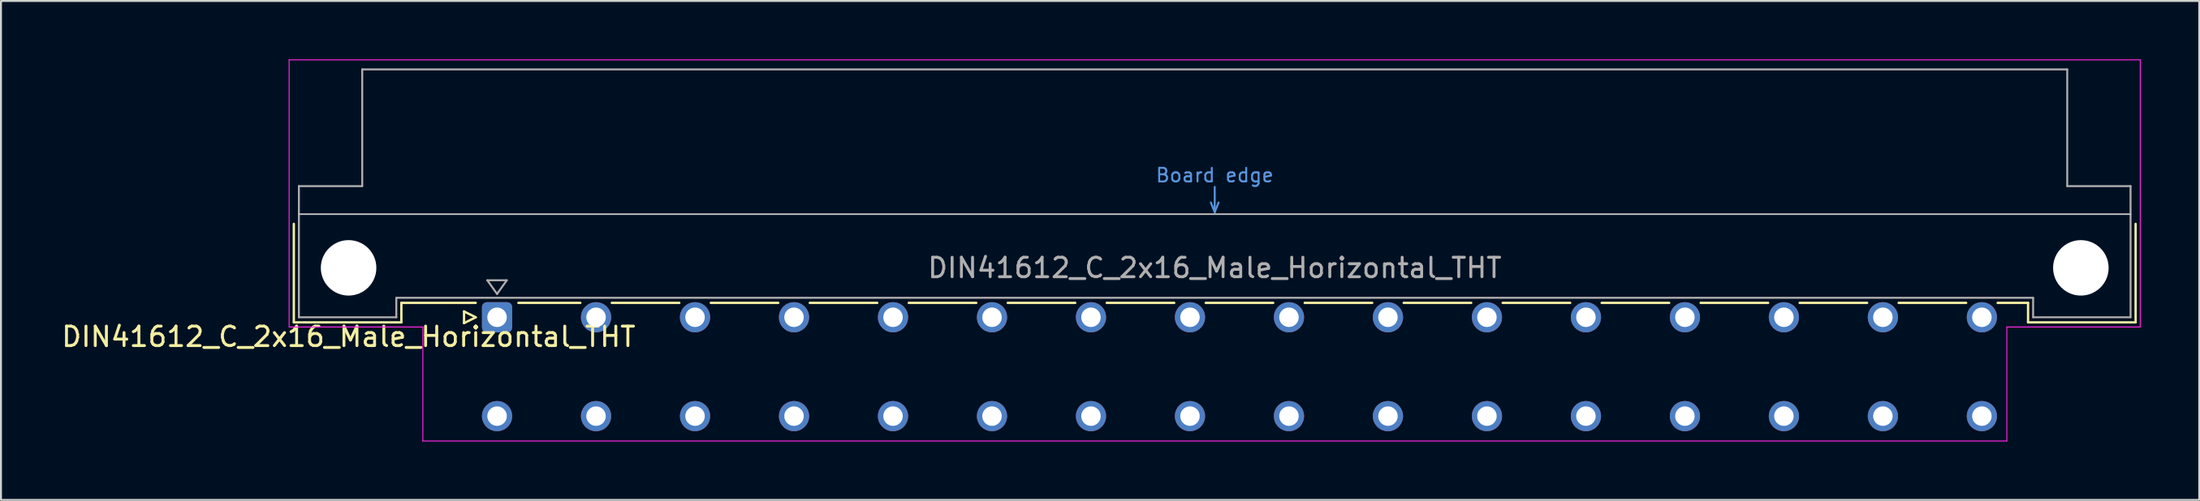
<source format=kicad_pcb>
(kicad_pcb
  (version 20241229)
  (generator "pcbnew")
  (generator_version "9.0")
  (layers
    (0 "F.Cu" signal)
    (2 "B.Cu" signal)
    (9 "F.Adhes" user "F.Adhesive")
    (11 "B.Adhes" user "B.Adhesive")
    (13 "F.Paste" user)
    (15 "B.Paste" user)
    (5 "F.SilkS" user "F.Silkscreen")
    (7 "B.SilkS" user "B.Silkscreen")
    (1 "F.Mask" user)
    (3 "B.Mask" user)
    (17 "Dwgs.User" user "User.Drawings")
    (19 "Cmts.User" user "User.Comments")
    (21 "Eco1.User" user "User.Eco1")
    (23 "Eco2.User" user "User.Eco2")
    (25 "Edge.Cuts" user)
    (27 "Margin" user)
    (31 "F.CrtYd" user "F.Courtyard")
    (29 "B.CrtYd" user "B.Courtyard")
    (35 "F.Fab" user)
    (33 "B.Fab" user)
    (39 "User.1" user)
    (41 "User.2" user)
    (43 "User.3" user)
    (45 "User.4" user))
  (footprint "DIN41612_C_2x16_Male_Horizontal_THT"
    (layer "F.Cu")
    (at 19.919 13.255)
    (property "Reference" "DIN41612_C_2x16_Male_Horizontal_THT" (at -5.08 1 0) (layer "F.SilkS") (effects (font (size 1 1) (thickness 0.15))))
    (attr through_hole)
    (fp_line (start -7.89 -4.8) (end -7.89 0.26) (stroke (width 0.12) (type solid)) (layer "F.SilkS"))
    (fp_line (start -7.89 0.26) (end -2.37 0.26) (stroke (width 0.12) (type solid)) (layer "F.SilkS"))
    (fp_line (start -2.37 -0.74) (end 1.445 -0.74) (stroke (width 0.12) (type solid)) (layer "F.SilkS"))
    (fp_line (start -2.37 0.26) (end -2.37 -0.74) (stroke (width 0.12) (type solid)) (layer "F.SilkS"))
    (fp_line (start 0.845 -0.3) (end 0.845 0.3) (stroke (width 0.12) (type solid)) (layer "F.SilkS"))
    (fp_line (start 0.845 0.3) (end 1.445 0) (stroke (width 0.12) (type solid)) (layer "F.SilkS"))
    (fp_line (start 1.445 0) (end 0.845 -0.3) (stroke (width 0.12) (type solid)) (layer "F.SilkS"))
    (fp_line (start 3.635 -0.74) (end 6.813 -0.74) (stroke (width 0.12) (type solid)) (layer "F.SilkS"))
    (fp_line (start 8.427 -0.74) (end 11.893 -0.74) (stroke (width 0.12) (type solid)) (layer "F.SilkS"))
    (fp_line (start 13.507 -0.74) (end 16.973 -0.74) (stroke (width 0.12) (type solid)) (layer "F.SilkS"))
    (fp_line (start 18.587 -0.74) (end 22.053 -0.74) (stroke (width 0.12) (type solid)) (layer "F.SilkS"))
    (fp_line (start 23.667 -0.74) (end 27.133 -0.74) (stroke (width 0.12) (type solid)) (layer "F.SilkS"))
    (fp_line (start 28.747 -0.74) (end 32.213 -0.74) (stroke (width 0.12) (type solid)) (layer "F.SilkS"))
    (fp_line (start 33.827 -0.74) (end 37.293 -0.74) (stroke (width 0.12) (type solid)) (layer "F.SilkS"))
    (fp_line (start 38.907 -0.74) (end 42.373 -0.74) (stroke (width 0.12) (type solid)) (layer "F.SilkS"))
    (fp_line (start 43.987 -0.74) (end 47.453 -0.74) (stroke (width 0.12) (type solid)) (layer "F.SilkS"))
    (fp_line (start 49.067 -0.74) (end 52.533 -0.74) (stroke (width 0.12) (type solid)) (layer "F.SilkS"))
    (fp_line (start 54.147 -0.74) (end 57.613 -0.74) (stroke (width 0.12) (type solid)) (layer "F.SilkS"))
    (fp_line (start 59.227 -0.74) (end 62.693 -0.74) (stroke (width 0.12) (type solid)) (layer "F.SilkS"))
    (fp_line (start 64.307 -0.74) (end 67.773 -0.74) (stroke (width 0.12) (type solid)) (layer "F.SilkS"))
    (fp_line (start 69.387 -0.74) (end 72.853 -0.74) (stroke (width 0.12) (type solid)) (layer "F.SilkS"))
    (fp_line (start 74.467 -0.74) (end 77.933 -0.74) (stroke (width 0.12) (type solid)) (layer "F.SilkS"))
    (fp_line (start 79.547 -0.74) (end 81.11 -0.74) (stroke (width 0.12) (type solid)) (layer "F.SilkS"))
    (fp_line (start 81.11 0.26) (end 81.11 -0.74) (stroke (width 0.12) (type solid)) (layer "F.SilkS"))
    (fp_line (start 86.63 -4.8) (end 86.63 0.26) (stroke (width 0.12) (type solid)) (layer "F.SilkS"))
    (fp_line (start 86.63 0.26) (end 81.11 0.26) (stroke (width 0.12) (type solid)) (layer "F.SilkS"))
    (fp_line (start -7.63 -5.3) (end 86.37 -5.3) (stroke (width 0.08) (type solid)) (layer "Dwgs.User"))
    (fp_line (start 39.17 -5.9) (end 39.37 -5.4) (stroke (width 0.1) (type solid)) (layer "Cmts.User"))
    (fp_line (start 39.37 -5.4) (end 39.37 -6.7) (stroke (width 0.1) (type solid)) (layer "Cmts.User"))
    (fp_line (start 39.37 -5.4) (end 39.57 -5.9) (stroke (width 0.1) (type solid)) (layer "Cmts.User"))
    (fp_line (start -8.13 -13.23) (end -8.13 0.5) (stroke (width 0.05) (type solid)) (layer "F.CrtYd"))
    (fp_line (start -8.13 0.5) (end -1.27 0.5) (stroke (width 0.05) (type solid)) (layer "F.CrtYd"))
    (fp_line (start -1.27 0.5) (end -1.27 6.36) (stroke (width 0.05) (type solid)) (layer "F.CrtYd"))
    (fp_line (start -1.27 6.36) (end 80.02 6.36) (stroke (width 0.05) (type solid)) (layer "F.CrtYd"))
    (fp_line (start 80.02 0.5) (end 86.87 0.5) (stroke (width 0.05) (type solid)) (layer "F.CrtYd"))
    (fp_line (start 80.02 6.36) (end 80.02 0.5) (stroke (width 0.05) (type solid)) (layer "F.CrtYd"))
    (fp_line (start 86.87 -13.23) (end -8.13 -13.23) (stroke (width 0.05) (type solid)) (layer "F.CrtYd"))
    (fp_line (start 86.87 0.5) (end 86.87 -13.23) (stroke (width 0.05) (type solid)) (layer "F.CrtYd"))
    (fp_line (start -7.63 -6.74) (end -7.63 0) (stroke (width 0.1) (type solid)) (layer "F.Fab"))
    (fp_line (start -7.63 0) (end -2.63 0) (stroke (width 0.1) (type solid)) (layer "F.Fab"))
    (fp_line (start -4.38 -12.74) (end -4.38 -6.74) (stroke (width 0.1) (type solid)) (layer "F.Fab"))
    (fp_line (start -4.38 -6.74) (end -7.63 -6.74) (stroke (width 0.1) (type solid)) (layer "F.Fab"))
    (fp_line (start -2.63 -1) (end 81.37 -1) (stroke (width 0.1) (type solid)) (layer "F.Fab"))
    (fp_line (start -2.63 0) (end -2.63 -1) (stroke (width 0.1) (type solid)) (layer "F.Fab"))
    (fp_line (start 2.04 -1.9) (end 3.04 -1.9) (stroke (width 0.1) (type solid)) (layer "F.Fab"))
    (fp_line (start 2.54 -1.2) (end 2.04 -1.9) (stroke (width 0.1) (type solid)) (layer "F.Fab"))
    (fp_line (start 3.04 -1.9) (end 2.54 -1.2) (stroke (width 0.1) (type solid)) (layer "F.Fab"))
    (fp_line (start 81.37 -1) (end 81.37 0) (stroke (width 0.1) (type solid)) (layer "F.Fab"))
    (fp_line (start 81.37 0) (end 86.37 0) (stroke (width 0.1) (type solid)) (layer "F.Fab"))
    (fp_line (start 83.12 -12.74) (end -4.38 -12.74) (stroke (width 0.1) (type solid)) (layer "F.Fab"))
    (fp_line (start 83.12 -6.74) (end 83.12 -12.74) (stroke (width 0.1) (type solid)) (layer "F.Fab"))
    (fp_line (start 86.37 -6.74) (end 83.12 -6.74) (stroke (width 0.1) (type solid)) (layer "F.Fab"))
    (fp_line (start 86.37 0) (end 86.37 -6.74) (stroke (width 0.1) (type solid)) (layer "F.Fab"))
    (fp_text user "Board edge" (at 39.37 -7.3 0) (layer "Cmts.User") (effects (font (size 0.7 0.7) (thickness 0.1))))
    (fp_text user "${REFERENCE}" (at 39.37 -2.54 0) (layer "F.Fab") (effects (font (size 1 1) (thickness 0.15))))
    (pad "" np_thru_hole circle (at -5.08 -2.54) (size 2.85 2.85) (drill 2.85) (layers "*.Cu" "*.Mask"))
    (pad "" np_thru_hole circle (at 83.82 -2.54) (size 2.85 2.85) (drill 2.85) (layers "*.Cu" "*.Mask"))
    (pad "a2" thru_hole roundrect (at 2.54 0) (size 1.55 1.55) (drill 1) (layers "*.Cu" "*.Mask") (roundrect_rratio 0.161))
    (pad "a4" thru_hole circle (at 7.62 0) (size 1.55 1.55) (drill 1) (layers "*.Cu" "*.Mask"))
    (pad "a6" thru_hole circle (at 12.7 0) (size 1.55 1.55) (drill 1) (layers "*.Cu" "*.Mask"))
    (pad "a8" thru_hole circle (at 17.78 0) (size 1.55 1.55) (drill 1) (layers "*.Cu" "*.Mask"))
    (pad "a10" thru_hole circle (at 22.86 0) (size 1.55 1.55) (drill 1) (layers "*.Cu" "*.Mask"))
    (pad "a12" thru_hole circle (at 27.94 0) (size 1.55 1.55) (drill 1) (layers "*.Cu" "*.Mask"))
    (pad "a14" thru_hole circle (at 33.02 0) (size 1.55 1.55) (drill 1) (layers "*.Cu" "*.Mask"))
    (pad "a16" thru_hole circle (at 38.1 0) (size 1.55 1.55) (drill 1) (layers "*.Cu" "*.Mask"))
    (pad "a18" thru_hole circle (at 43.18 0) (size 1.55 1.55) (drill 1) (layers "*.Cu" "*.Mask"))
    (pad "a20" thru_hole circle (at 48.26 0) (size 1.55 1.55) (drill 1) (layers "*.Cu" "*.Mask"))
    (pad "a22" thru_hole circle (at 53.34 0) (size 1.55 1.55) (drill 1) (layers "*.Cu" "*.Mask"))
    (pad "a24" thru_hole circle (at 58.42 0) (size 1.55 1.55) (drill 1) (layers "*.Cu" "*.Mask"))
    (pad "a26" thru_hole circle (at 63.5 0) (size 1.55 1.55) (drill 1) (layers "*.Cu" "*.Mask"))
    (pad "a28" thru_hole circle (at 68.58 0) (size 1.55 1.55) (drill 1) (layers "*.Cu" "*.Mask"))
    (pad "a30" thru_hole circle (at 73.66 0) (size 1.55 1.55) (drill 1) (layers "*.Cu" "*.Mask"))
    (pad "a32" thru_hole circle (at 78.74 0) (size 1.55 1.55) (drill 1) (layers "*.Cu" "*.Mask"))
    (pad "c2" thru_hole circle (at 2.54 5.08) (size 1.55 1.55) (drill 1) (layers "*.Cu" "*.Mask"))
    (pad "c4" thru_hole circle (at 7.62 5.08) (size 1.55 1.55) (drill 1) (layers "*.Cu" "*.Mask"))
    (pad "c6" thru_hole circle (at 12.7 5.08) (size 1.55 1.55) (drill 1) (layers "*.Cu" "*.Mask"))
    (pad "c8" thru_hole circle (at 17.78 5.08) (size 1.55 1.55) (drill 1) (layers "*.Cu" "*.Mask"))
    (pad "c10" thru_hole circle (at 22.86 5.08) (size 1.55 1.55) (drill 1) (layers "*.Cu" "*.Mask"))
    (pad "c12" thru_hole circle (at 27.94 5.08) (size 1.55 1.55) (drill 1) (layers "*.Cu" "*.Mask"))
    (pad "c14" thru_hole circle (at 33.02 5.08) (size 1.55 1.55) (drill 1) (layers "*.Cu" "*.Mask"))
    (pad "c16" thru_hole circle (at 38.1 5.08) (size 1.55 1.55) (drill 1) (layers "*.Cu" "*.Mask"))
    (pad "c18" thru_hole circle (at 43.18 5.08) (size 1.55 1.55) (drill 1) (layers "*.Cu" "*.Mask"))
    (pad "c20" thru_hole circle (at 48.26 5.08) (size 1.55 1.55) (drill 1) (layers "*.Cu" "*.Mask"))
    (pad "c22" thru_hole circle (at 53.34 5.08) (size 1.55 1.55) (drill 1) (layers "*.Cu" "*.Mask"))
    (pad "c24" thru_hole circle (at 58.42 5.08) (size 1.55 1.55) (drill 1) (layers "*.Cu" "*.Mask"))
    (pad "c26" thru_hole circle (at 63.5 5.08) (size 1.55 1.55) (drill 1) (layers "*.Cu" "*.Mask"))
    (pad "c28" thru_hole circle (at 68.58 5.08) (size 1.55 1.55) (drill 1) (layers "*.Cu" "*.Mask"))
    (pad "c30" thru_hole circle (at 73.66 5.08) (size 1.55 1.55) (drill 1) (layers "*.Cu" "*.Mask"))
    (pad "c32" thru_hole circle (at 78.74 5.08) (size 1.55 1.55) (drill 1) (layers "*.Cu" "*.Mask")))
  (gr_rect
    (start -3 -3)
    (end 109.814 22.64)
    (stroke (width 0.1) (type default))
    (fill no)
    (layer "Edge.Cuts")))
</source>
